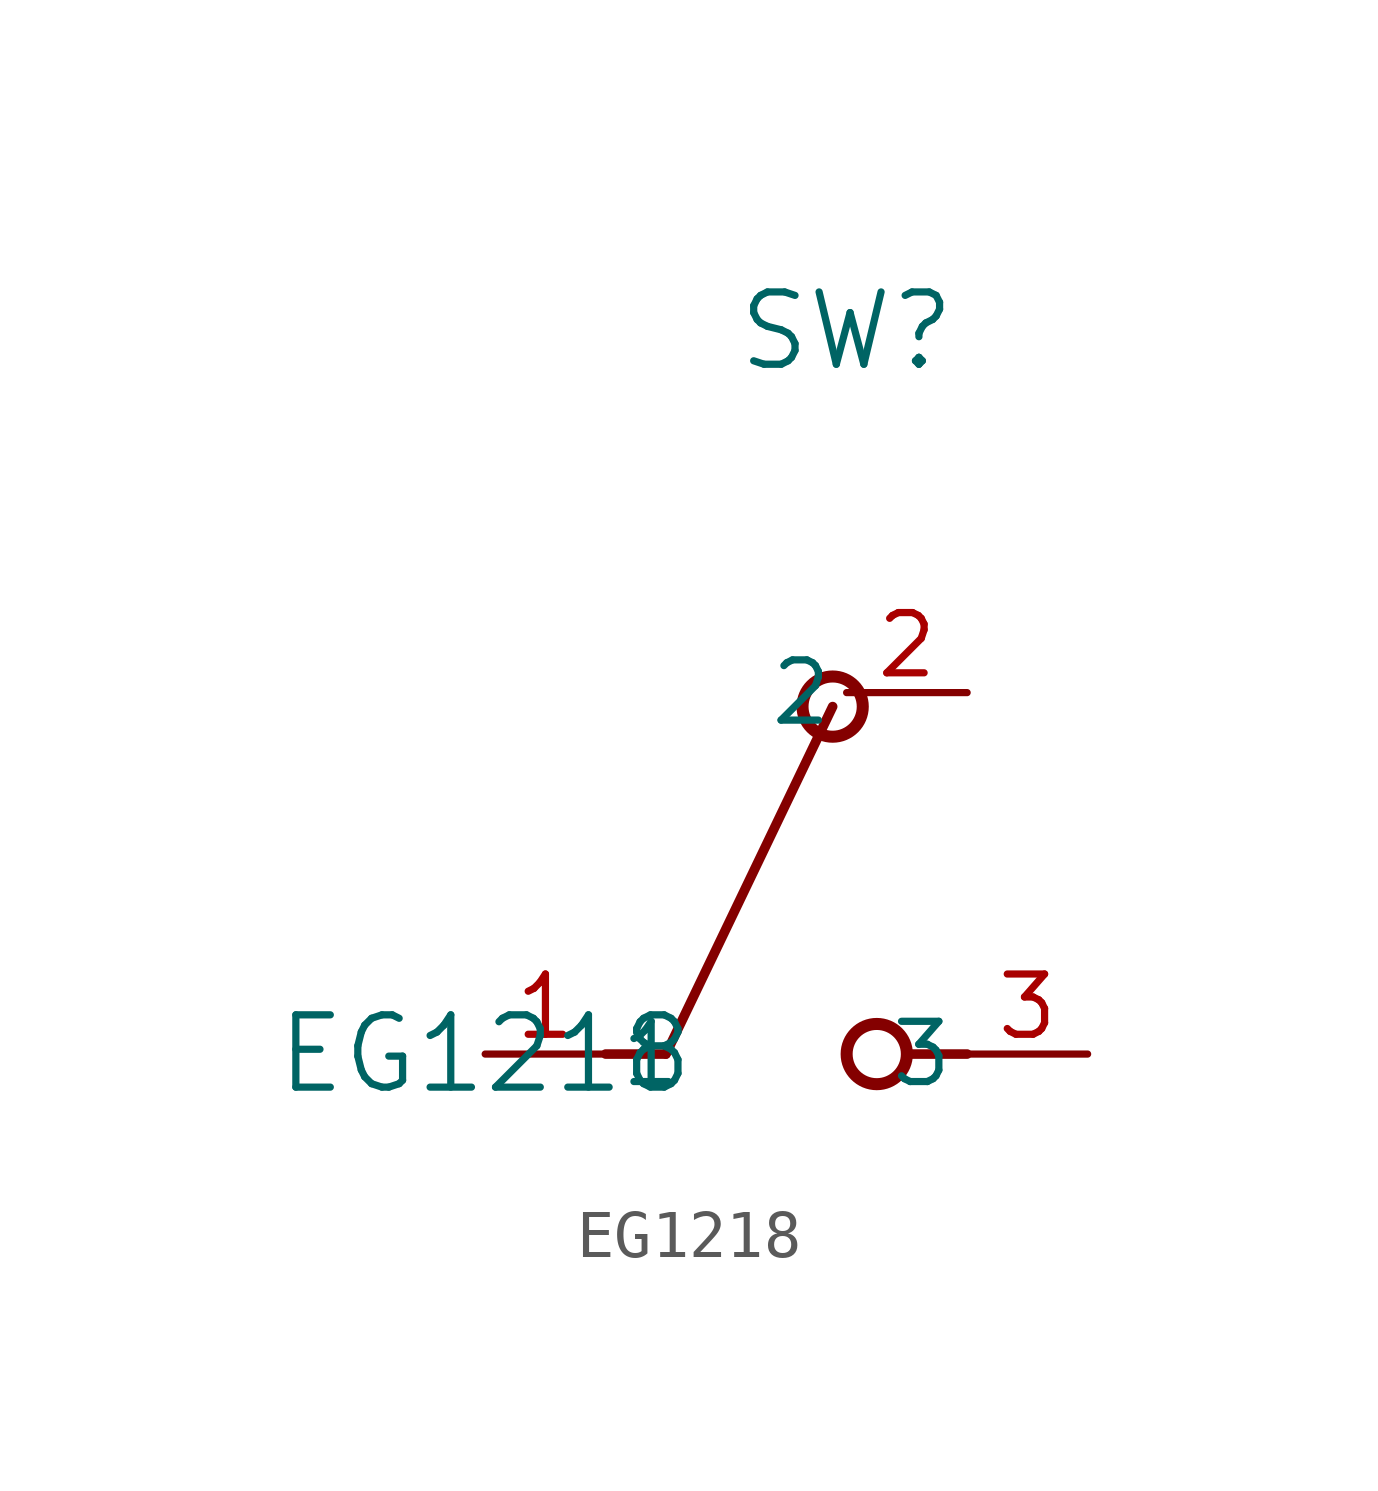
<source format=kicad_sym>
(kicad_symbol_lib
  (version 20211014)
  (generator kicad_symbol_editor)
  (symbol "EG1218"
    (pin_names
      (offset 0.254))
    (property "Reference" "SW"
      (at 7.62 15.24 0)
      (effects (font (size 1.524 1.524))))
    (property "Value" "EG1218"
      (at 0 0 0)
      (effects (font (size 1.524 1.524))))
    (polyline
      (pts (xy 2.54 0) (xy 3.81 0))
      (stroke (width 0.203) (type default) (color 0 0 0 0))
      (fill (type none)))
    (circle
      (center 8.255 0)
      (radius 0.635)
      (stroke (width 0.254) (type default) (color 0 0 0 0))
      (fill (type none)))
    (circle
      (center 7.325 7.325)
      (radius 0.635)
      (stroke (width 0.254) (type default) (color 0 0 0 0))
      (fill (type none)))
    (polyline
      (pts (xy 10.16 0) (xy 8.89 0))
      (stroke (width 0.203) (type default) (color 0 0 0 0))
      (fill (type none)))
    (polyline
      (pts (xy 7.325 7.325) (xy 3.81 0))
      (stroke (width 0.203) (type default) (color 0 0 0 0))
      (fill (type none)))
    (pin unspecified line
      (at 0 0 0)
      (length 2.54)
      (name "1" (effects (font (size 1.27 1.27))))
      (number "1" (effects (font (size 1.27 1.27)))))
    (pin unspecified line
      (at 10.16 7.62 180)
      (length 2.54)
      (name "2" (effects (font (size 1.27 1.27))))
      (number "2" (effects (font (size 1.27 1.27)))))
    (pin unspecified line
      (at 12.7 0 180)
      (length 2.54)
      (name "3" (effects (font (size 1.27 1.27))))
      (number "3" (effects (font (size 1.27 1.27)))))))
</source>
